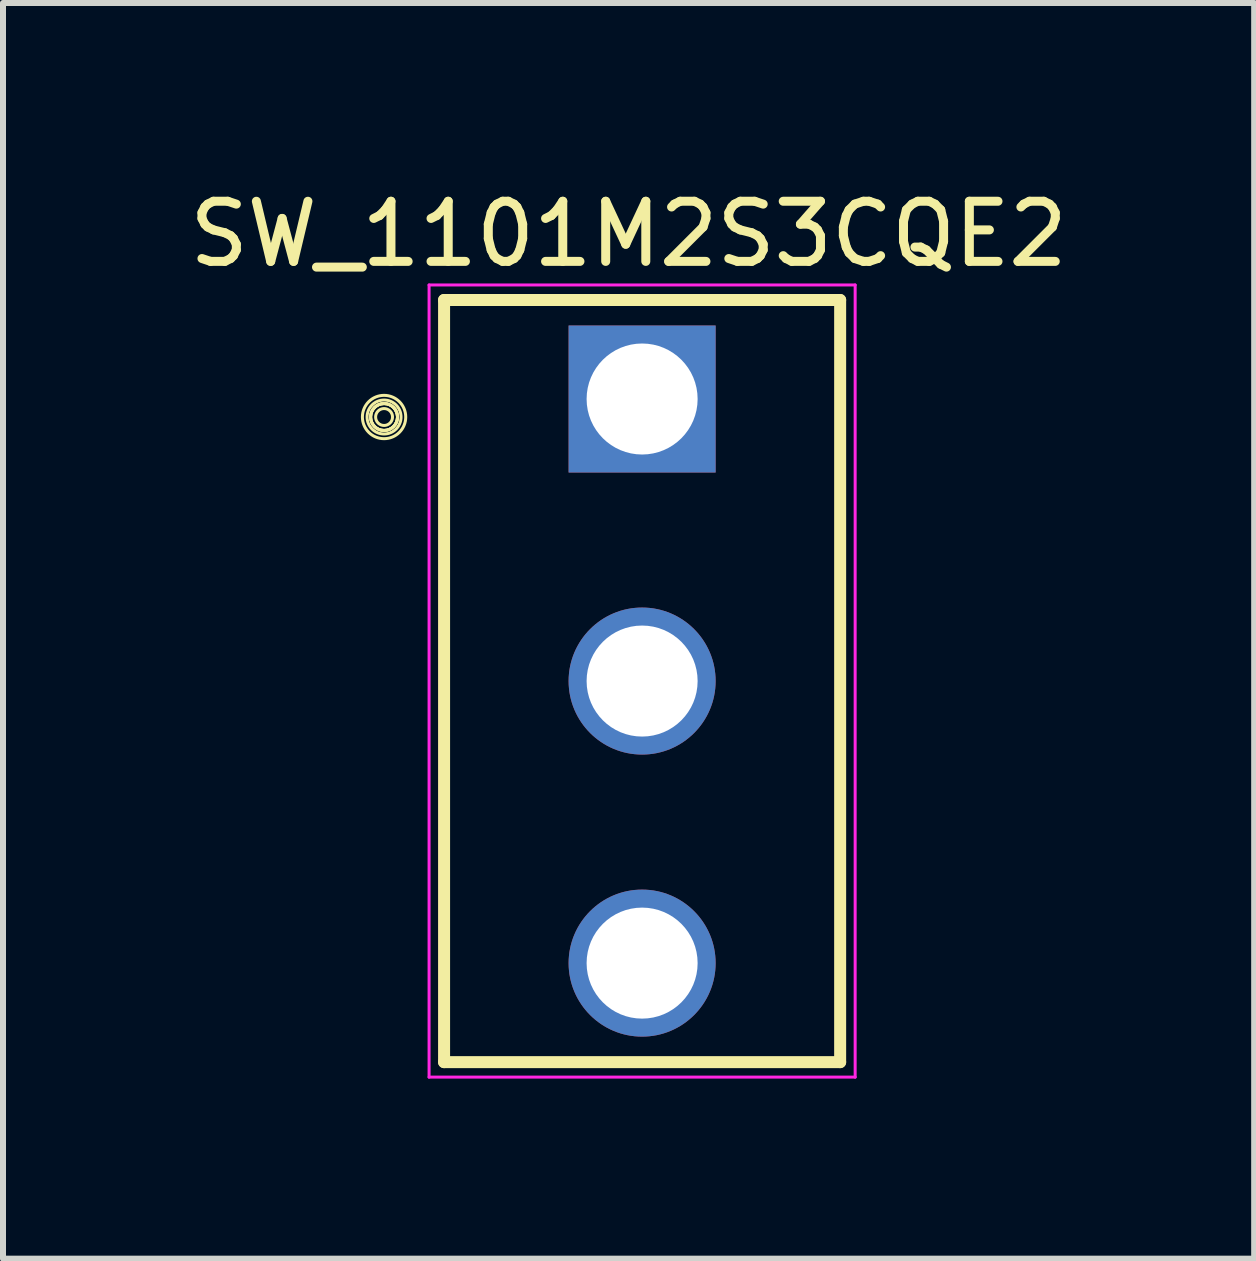
<source format=kicad_pcb>
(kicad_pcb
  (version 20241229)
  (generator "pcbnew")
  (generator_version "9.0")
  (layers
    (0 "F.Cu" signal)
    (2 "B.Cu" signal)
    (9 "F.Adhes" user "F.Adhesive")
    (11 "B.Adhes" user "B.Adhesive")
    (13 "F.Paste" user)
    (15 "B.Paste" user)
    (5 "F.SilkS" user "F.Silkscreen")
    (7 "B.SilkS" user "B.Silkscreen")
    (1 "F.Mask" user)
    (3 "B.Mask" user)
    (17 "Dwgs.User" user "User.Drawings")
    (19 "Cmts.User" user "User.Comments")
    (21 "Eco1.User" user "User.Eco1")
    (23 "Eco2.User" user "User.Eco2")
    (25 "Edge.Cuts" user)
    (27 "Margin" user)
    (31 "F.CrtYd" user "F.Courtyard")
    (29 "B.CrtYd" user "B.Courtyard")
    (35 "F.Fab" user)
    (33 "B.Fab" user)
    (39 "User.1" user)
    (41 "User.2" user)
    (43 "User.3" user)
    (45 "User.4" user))
  (footprint "SW_1101M2S3CQE2"
    (layer "F.Cu")
    (at 7.65 8.299)
    (property "Reference" "SW_1101M2S3CQE2" (at -0.225 -7.449 0) (layer "F.SilkS") (effects (font (size 1.002 1.002) (thickness 0.15))))
    (attr through_hole)
    (fp_line (start -3.3 -6.35) (end 3.3 -6.35) (stroke (width 0.2) (type solid)) (layer "F.SilkS"))
    (fp_line (start -3.3 6.35) (end -3.3 -6.35) (stroke (width 0.2) (type solid)) (layer "F.SilkS"))
    (fp_line (start 3.3 -6.35) (end 3.3 6.35) (stroke (width 0.2) (type solid)) (layer "F.SilkS"))
    (fp_line (start 3.3 6.35) (end -3.3 6.35) (stroke (width 0.2) (type solid)) (layer "F.SilkS"))
    (fp_circle (center -4.3 -4.4) (end -4.159 -4.4) (stroke (width 0.05) (type solid)) (fill no) (layer "F.SilkS"))
    (fp_circle (center -4.3 -4.4) (end -4.076 -4.4) (stroke (width 0.05) (type solid)) (fill no) (layer "F.SilkS"))
    (fp_circle (center -4.3 -4.4) (end -4.076 -4.4) (stroke (width 0.05) (type solid)) (fill no) (layer "F.SilkS"))
    (fp_circle (center -4.3 -4.4) (end -4.076 -4.4) (stroke (width 0.05) (type solid)) (fill no) (layer "F.SilkS"))
    (fp_circle (center -4.3 -4.4) (end -4.017 -4.4) (stroke (width 0.05) (type solid)) (fill no) (layer "F.SilkS"))
    (fp_circle (center -4.3 -4.4) (end -3.939 -4.4) (stroke (width 0.05) (type solid)) (fill no) (layer "F.SilkS"))
    (fp_line (start -3.55 -6.6) (end 3.55 -6.6) (stroke (width 0.05) (type solid)) (layer "F.CrtYd"))
    (fp_line (start -3.55 6.6) (end -3.55 -6.6) (stroke (width 0.05) (type solid)) (layer "F.CrtYd"))
    (fp_line (start 3.55 -6.6) (end 3.55 6.6) (stroke (width 0.05) (type solid)) (layer "F.CrtYd"))
    (fp_line (start 3.55 6.6) (end -3.55 6.6) (stroke (width 0.05) (type solid)) (layer "F.CrtYd"))
    (pad "1" thru_hole rect (at 0 -4.7) (size 2.45 2.45) (drill 1.85) (layers "*.Cu" "*.Mask"))
    (pad "2" thru_hole circle (at 0 0) (size 2.45 2.45) (drill 1.85) (layers "*.Cu" "*.Mask"))
    (pad "3" thru_hole circle (at 0 4.7) (size 2.45 2.45) (drill 1.85) (layers "*.Cu" "*.Mask")))
  (gr_rect
    (start -3 -3)
    (end 17.849 17.924)
    (stroke (width 0.1) (type default))
    (fill no)
    (layer "Edge.Cuts")))
</source>
